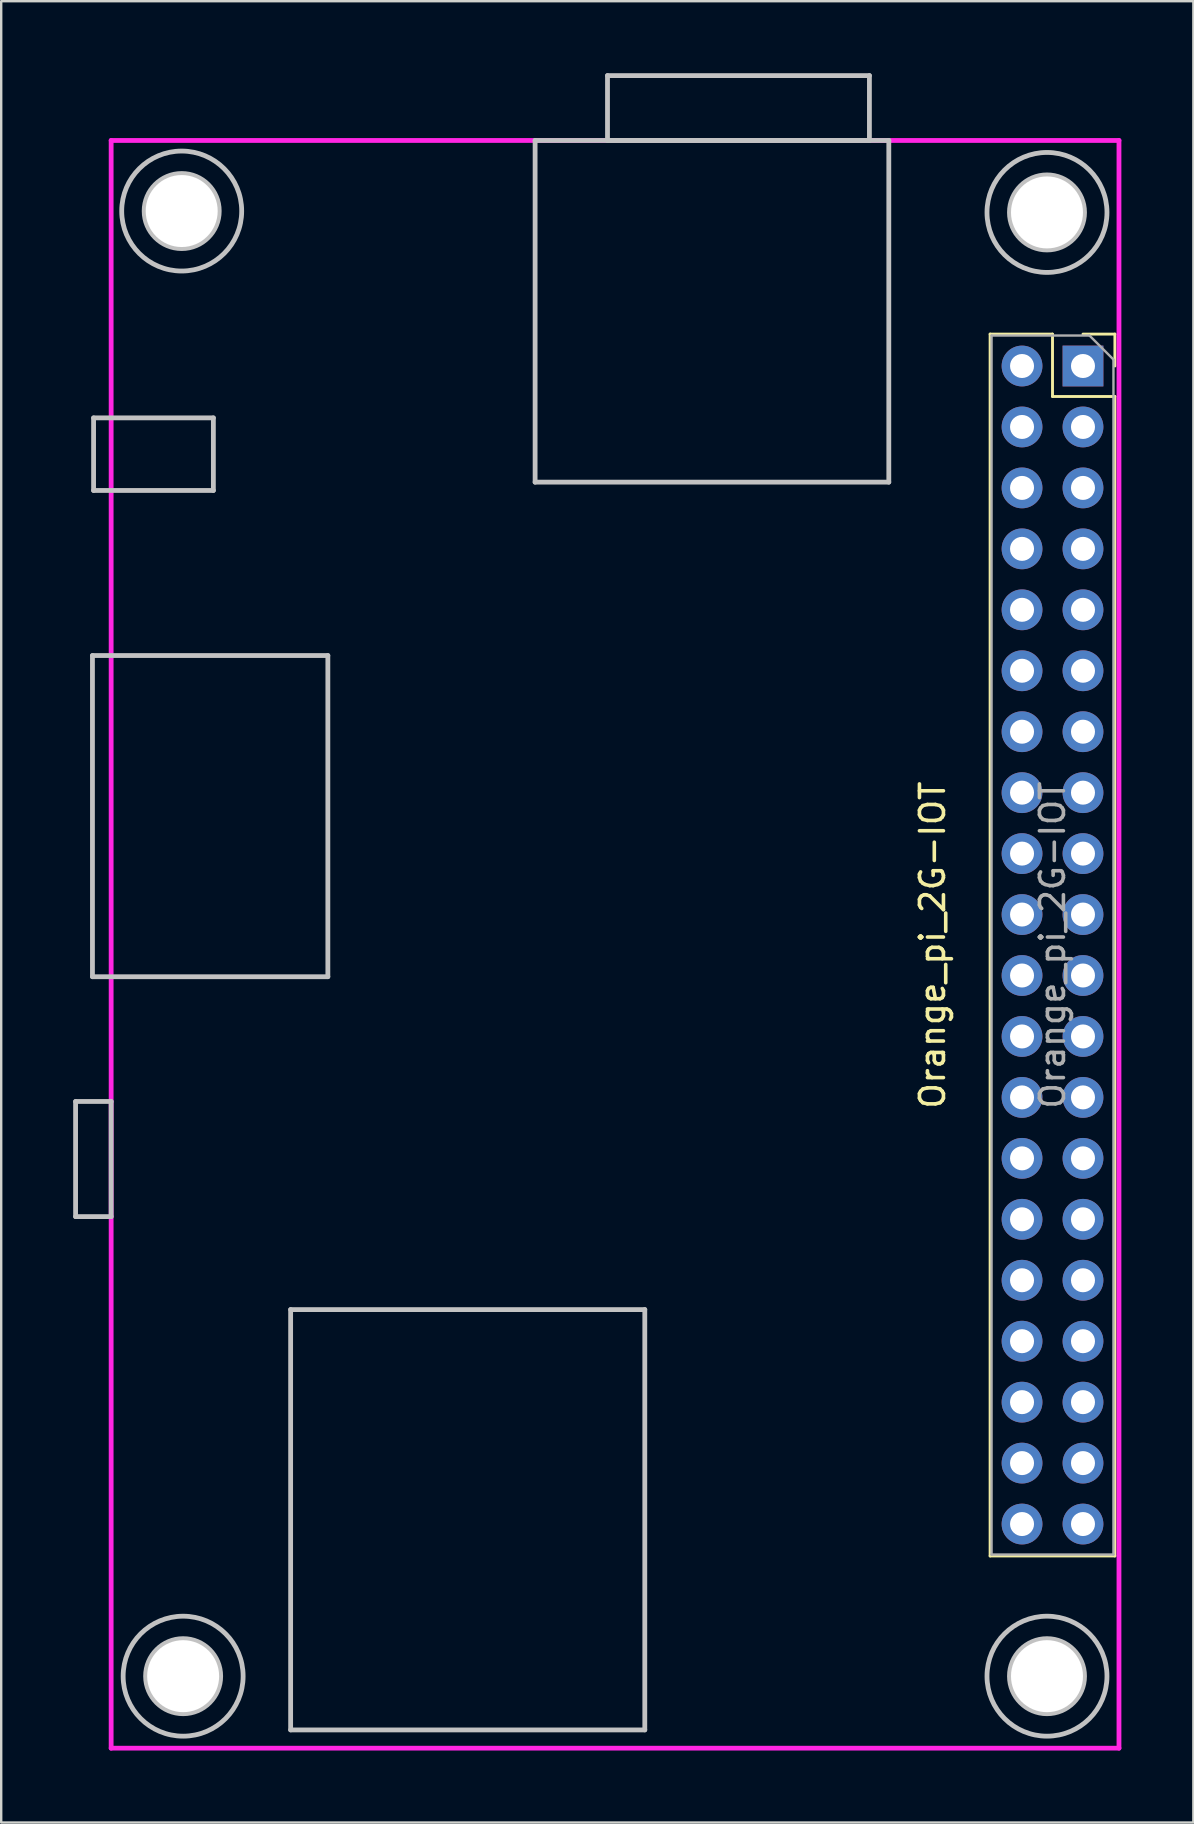
<source format=kicad_pcb>
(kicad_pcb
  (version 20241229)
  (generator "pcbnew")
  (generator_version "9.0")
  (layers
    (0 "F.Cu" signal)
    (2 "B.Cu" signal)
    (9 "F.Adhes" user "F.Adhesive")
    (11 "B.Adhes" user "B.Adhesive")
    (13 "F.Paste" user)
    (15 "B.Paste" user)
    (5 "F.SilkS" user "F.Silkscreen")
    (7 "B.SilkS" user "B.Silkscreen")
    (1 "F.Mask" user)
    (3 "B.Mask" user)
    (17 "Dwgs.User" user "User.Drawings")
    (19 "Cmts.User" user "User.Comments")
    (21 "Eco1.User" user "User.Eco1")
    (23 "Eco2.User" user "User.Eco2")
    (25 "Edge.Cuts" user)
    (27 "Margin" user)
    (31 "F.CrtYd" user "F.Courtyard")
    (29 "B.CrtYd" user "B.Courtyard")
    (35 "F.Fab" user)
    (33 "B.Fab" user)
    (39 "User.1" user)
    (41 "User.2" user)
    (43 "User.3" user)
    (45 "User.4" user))
  (footprint "Orange_pi_2G-IOT"
    (layer "F.Cu")
    (at 42.082 12.203)
    (property "Reference" "Orange_pi_2G-IOT" (at -6.27 24.13 90) (layer "F.SilkS") (effects (font (size 1 1) (thickness 0.15))))
    (attr through_hole)
    (fp_line (start -3.87 -1.33) (end -3.87 49.59) (stroke (width 0.12) (type solid)) (layer "F.SilkS"))
    (fp_line (start -3.87 -1.33) (end -1.27 -1.33) (stroke (width 0.12) (type solid)) (layer "F.SilkS"))
    (fp_line (start -3.87 49.59) (end 1.33 49.59) (stroke (width 0.12) (type solid)) (layer "F.SilkS"))
    (fp_line (start -1.27 -1.33) (end -1.27 1.27) (stroke (width 0.12) (type solid)) (layer "F.SilkS"))
    (fp_line (start -1.27 1.27) (end 1.33 1.27) (stroke (width 0.12) (type solid)) (layer "F.SilkS"))
    (fp_line (start 0 -1.33) (end 1.33 -1.33) (stroke (width 0.12) (type solid)) (layer "F.SilkS"))
    (fp_line (start 1.33 -1.33) (end 1.33 0) (stroke (width 0.12) (type solid)) (layer "F.SilkS"))
    (fp_line (start 1.33 1.27) (end 1.33 49.59) (stroke (width 0.12) (type solid)) (layer "F.SilkS"))
    (fp_line (start -41.982 30.65) (end -41.982 35.448) (stroke (width 0.2) (type solid)) (layer "Dwgs.User"))
    (fp_line (start -41.982 35.448) (end -40.5 35.448) (stroke (width 0.2) (type solid)) (layer "Dwgs.User"))
    (fp_line (start -41.279 12.066) (end -41.279 25.45) (stroke (width 0.2) (type solid)) (layer "Dwgs.User"))
    (fp_line (start -41.279 25.45) (end -31.469 25.45) (stroke (width 0.2) (type solid)) (layer "Dwgs.User"))
    (fp_line (start -41.232 2.162) (end -41.232 5.187) (stroke (width 0.2) (type solid)) (layer "Dwgs.User"))
    (fp_line (start -41.232 5.187) (end -36.24 5.187) (stroke (width 0.2) (type solid)) (layer "Dwgs.User"))
    (fp_line (start -40.5 30.65) (end -41.982 30.65) (stroke (width 0.2) (type solid)) (layer "Dwgs.User"))
    (fp_line (start -40.5 35.448) (end -40.5 30.65) (stroke (width 0.2) (type solid)) (layer "Dwgs.User"))
    (fp_line (start -36.24 2.162) (end -41.232 2.162) (stroke (width 0.2) (type solid)) (layer "Dwgs.User"))
    (fp_line (start -36.24 5.187) (end -36.24 2.162) (stroke (width 0.2) (type solid)) (layer "Dwgs.User"))
    (fp_line (start -33.02 39.322) (end -33.02 56.839) (stroke (width 0.2) (type solid)) (layer "Dwgs.User"))
    (fp_line (start -33.02 56.839) (end -18.261 56.839) (stroke (width 0.2) (type solid)) (layer "Dwgs.User"))
    (fp_line (start -31.469 12.066) (end -41.279 12.066) (stroke (width 0.2) (type solid)) (layer "Dwgs.User"))
    (fp_line (start -31.469 25.45) (end -31.469 12.066) (stroke (width 0.2) (type solid)) (layer "Dwgs.User"))
    (fp_line (start -22.832 -9.4) (end -22.832 4.84) (stroke (width 0.2) (type solid)) (layer "Dwgs.User"))
    (fp_line (start -22.832 4.84) (end -8.092 4.84) (stroke (width 0.2) (type solid)) (layer "Dwgs.User"))
    (fp_line (start -19.815 -12.103) (end -19.815 -9.4) (stroke (width 0.2) (type solid)) (layer "Dwgs.User"))
    (fp_line (start -19.815 -9.4) (end -8.9 -9.4) (stroke (width 0.2) (type solid)) (layer "Dwgs.User"))
    (fp_line (start -18.261 39.322) (end -33.02 39.322) (stroke (width 0.2) (type solid)) (layer "Dwgs.User"))
    (fp_line (start -18.261 56.839) (end -18.261 39.322) (stroke (width 0.2) (type solid)) (layer "Dwgs.User"))
    (fp_line (start -8.9 -12.103) (end -19.815 -12.103) (stroke (width 0.2) (type solid)) (layer "Dwgs.User"))
    (fp_line (start -8.9 -9.4) (end -8.9 -12.103) (stroke (width 0.2) (type solid)) (layer "Dwgs.User"))
    (fp_line (start -8.092 -9.4) (end -22.832 -9.4) (stroke (width 0.2) (type solid)) (layer "Dwgs.User"))
    (fp_line (start -8.092 4.84) (end -8.092 -9.4) (stroke (width 0.2) (type solid)) (layer "Dwgs.User"))
    (fp_circle (center -37.56 -6.458) (end -35.996 -6.458) (stroke (width 0.2) (type solid)) (fill no) (layer "Dwgs.User"))
    (fp_circle (center -37.56 -6.458) (end -35.06 -6.458) (stroke (width 0.2) (type solid)) (fill no) (layer "Dwgs.User"))
    (fp_circle (center -37.5 54.6) (end -35.936 54.6) (stroke (width 0.2) (type solid)) (fill no) (layer "Dwgs.User"))
    (fp_circle (center -37.5 54.6) (end -35 54.6) (stroke (width 0.2) (type solid)) (fill no) (layer "Dwgs.User"))
    (fp_circle (center -1.5 -6.4) (end 0.064 -6.4) (stroke (width 0.2) (type solid)) (fill no) (layer "Dwgs.User"))
    (fp_circle (center -1.5 -6.4) (end 1 -6.4) (stroke (width 0.2) (type solid)) (fill no) (layer "Dwgs.User"))
    (fp_circle (center -1.5 54.6) (end 0.064 54.6) (stroke (width 0.2) (type solid)) (fill no) (layer "Dwgs.User"))
    (fp_circle (center -1.5 54.6) (end 1 54.6) (stroke (width 0.2) (type solid)) (fill no) (layer "Dwgs.User"))
    (fp_line (start -40.5 -9.4) (end -40.5 57.6) (stroke (width 0.2) (type solid)) (layer "F.CrtYd"))
    (fp_line (start -40.5 57.6) (end 1.5 57.6) (stroke (width 0.2) (type solid)) (layer "F.CrtYd"))
    (fp_line (start 1.5 -9.4) (end -40.5 -9.4) (stroke (width 0.2) (type solid)) (layer "F.CrtYd"))
    (fp_line (start 1.5 57.6) (end 1.5 -9.4) (stroke (width 0.2) (type solid)) (layer "F.CrtYd"))
    (fp_line (start -3.81 -1.27) (end 0.27 -1.27) (stroke (width 0.1) (type solid)) (layer "F.Fab"))
    (fp_line (start -3.81 49.53) (end -3.81 -1.27) (stroke (width 0.1) (type solid)) (layer "F.Fab"))
    (fp_line (start 0.27 -1.27) (end 1.27 -0.27) (stroke (width 0.1) (type solid)) (layer "F.Fab"))
    (fp_line (start 1.27 -0.27) (end 1.27 49.53) (stroke (width 0.1) (type solid)) (layer "F.Fab"))
    (fp_line (start 1.27 49.53) (end -3.81 49.53) (stroke (width 0.1) (type solid)) (layer "F.Fab"))
    (fp_text user "${REFERENCE}" (at -1.27 24.13 90) (layer "F.Fab") (effects (font (size 1 1) (thickness 0.15))))
    (pad "" np_thru_hole circle (at -37.56 -6.458 90) (size 3 3) (drill 3) (layers "*.Cu" "*.Mask"))
    (pad "" np_thru_hole circle (at -37.5 54.6 90) (size 3 3) (drill 3) (layers "*.Cu" "*.Mask"))
    (pad "" np_thru_hole circle (at -1.5 -6.4 90) (size 3 3) (drill 3) (layers "*.Cu" "*.Mask"))
    (pad "" np_thru_hole circle (at -1.5 54.6 90) (size 3 3) (drill 3) (layers "*.Cu" "*.Mask"))
    (pad "1" thru_hole rect (at 0 0) (size 1.7 1.7) (drill 1) (layers "*.Cu" "*.Mask"))
    (pad "2" thru_hole oval (at -2.54 0) (size 1.7 1.7) (drill 1) (layers "*.Cu" "*.Mask"))
    (pad "3" thru_hole oval (at 0 2.54) (size 1.7 1.7) (drill 1) (layers "*.Cu" "*.Mask"))
    (pad "4" thru_hole oval (at -2.54 2.54) (size 1.7 1.7) (drill 1) (layers "*.Cu" "*.Mask"))
    (pad "5" thru_hole oval (at 0 5.08) (size 1.7 1.7) (drill 1) (layers "*.Cu" "*.Mask"))
    (pad "6" thru_hole oval (at -2.54 5.08) (size 1.7 1.7) (drill 1) (layers "*.Cu" "*.Mask"))
    (pad "7" thru_hole oval (at 0 7.62) (size 1.7 1.7) (drill 1) (layers "*.Cu" "*.Mask"))
    (pad "8" thru_hole oval (at -2.54 7.62) (size 1.7 1.7) (drill 1) (layers "*.Cu" "*.Mask"))
    (pad "9" thru_hole oval (at 0 10.16) (size 1.7 1.7) (drill 1) (layers "*.Cu" "*.Mask"))
    (pad "10" thru_hole oval (at -2.54 10.16) (size 1.7 1.7) (drill 1) (layers "*.Cu" "*.Mask"))
    (pad "11" thru_hole oval (at 0 12.7) (size 1.7 1.7) (drill 1) (layers "*.Cu" "*.Mask"))
    (pad "12" thru_hole oval (at -2.54 12.7) (size 1.7 1.7) (drill 1) (layers "*.Cu" "*.Mask"))
    (pad "13" thru_hole oval (at 0 15.24) (size 1.7 1.7) (drill 1) (layers "*.Cu" "*.Mask"))
    (pad "14" thru_hole oval (at -2.54 15.24) (size 1.7 1.7) (drill 1) (layers "*.Cu" "*.Mask"))
    (pad "15" thru_hole oval (at 0 17.78) (size 1.7 1.7) (drill 1) (layers "*.Cu" "*.Mask"))
    (pad "16" thru_hole oval (at -2.54 17.78) (size 1.7 1.7) (drill 1) (layers "*.Cu" "*.Mask"))
    (pad "17" thru_hole oval (at 0 20.32) (size 1.7 1.7) (drill 1) (layers "*.Cu" "*.Mask"))
    (pad "18" thru_hole oval (at -2.54 20.32) (size 1.7 1.7) (drill 1) (layers "*.Cu" "*.Mask"))
    (pad "19" thru_hole oval (at 0 22.86) (size 1.7 1.7) (drill 1) (layers "*.Cu" "*.Mask"))
    (pad "20" thru_hole oval (at -2.54 22.86) (size 1.7 1.7) (drill 1) (layers "*.Cu" "*.Mask"))
    (pad "21" thru_hole oval (at 0 25.4) (size 1.7 1.7) (drill 1) (layers "*.Cu" "*.Mask"))
    (pad "22" thru_hole oval (at -2.54 25.4) (size 1.7 1.7) (drill 1) (layers "*.Cu" "*.Mask"))
    (pad "23" thru_hole oval (at 0 27.94) (size 1.7 1.7) (drill 1) (layers "*.Cu" "*.Mask"))
    (pad "24" thru_hole oval (at -2.54 27.94) (size 1.7 1.7) (drill 1) (layers "*.Cu" "*.Mask"))
    (pad "25" thru_hole oval (at 0 30.48) (size 1.7 1.7) (drill 1) (layers "*.Cu" "*.Mask"))
    (pad "26" thru_hole oval (at -2.54 30.48) (size 1.7 1.7) (drill 1) (layers "*.Cu" "*.Mask"))
    (pad "27" thru_hole oval (at 0 33.02) (size 1.7 1.7) (drill 1) (layers "*.Cu" "*.Mask"))
    (pad "28" thru_hole oval (at -2.54 33.02) (size 1.7 1.7) (drill 1) (layers "*.Cu" "*.Mask"))
    (pad "29" thru_hole oval (at 0 35.56) (size 1.7 1.7) (drill 1) (layers "*.Cu" "*.Mask"))
    (pad "30" thru_hole oval (at -2.54 35.56) (size 1.7 1.7) (drill 1) (layers "*.Cu" "*.Mask"))
    (pad "31" thru_hole oval (at 0 38.1) (size 1.7 1.7) (drill 1) (layers "*.Cu" "*.Mask"))
    (pad "32" thru_hole oval (at -2.54 38.1) (size 1.7 1.7) (drill 1) (layers "*.Cu" "*.Mask"))
    (pad "33" thru_hole oval (at 0 40.64) (size 1.7 1.7) (drill 1) (layers "*.Cu" "*.Mask"))
    (pad "34" thru_hole oval (at -2.54 40.64) (size 1.7 1.7) (drill 1) (layers "*.Cu" "*.Mask"))
    (pad "35" thru_hole oval (at 0 43.18) (size 1.7 1.7) (drill 1) (layers "*.Cu" "*.Mask"))
    (pad "36" thru_hole oval (at -2.54 43.18) (size 1.7 1.7) (drill 1) (layers "*.Cu" "*.Mask"))
    (pad "37" thru_hole oval (at 0 45.72) (size 1.7 1.7) (drill 1) (layers "*.Cu" "*.Mask"))
    (pad "38" thru_hole oval (at -2.54 45.72) (size 1.7 1.7) (drill 1) (layers "*.Cu" "*.Mask"))
    (pad "39" thru_hole oval (at 0 48.26) (size 1.7 1.7) (drill 1) (layers "*.Cu" "*.Mask"))
    (pad "40" thru_hole oval (at -2.54 48.26) (size 1.7 1.7) (drill 1) (layers "*.Cu" "*.Mask")))
  (gr_rect
    (start -3 -3)
    (end 46.682 72.903)
    (stroke (width 0.1) (type default))
    (fill no)
    (layer "Edge.Cuts")))
</source>
